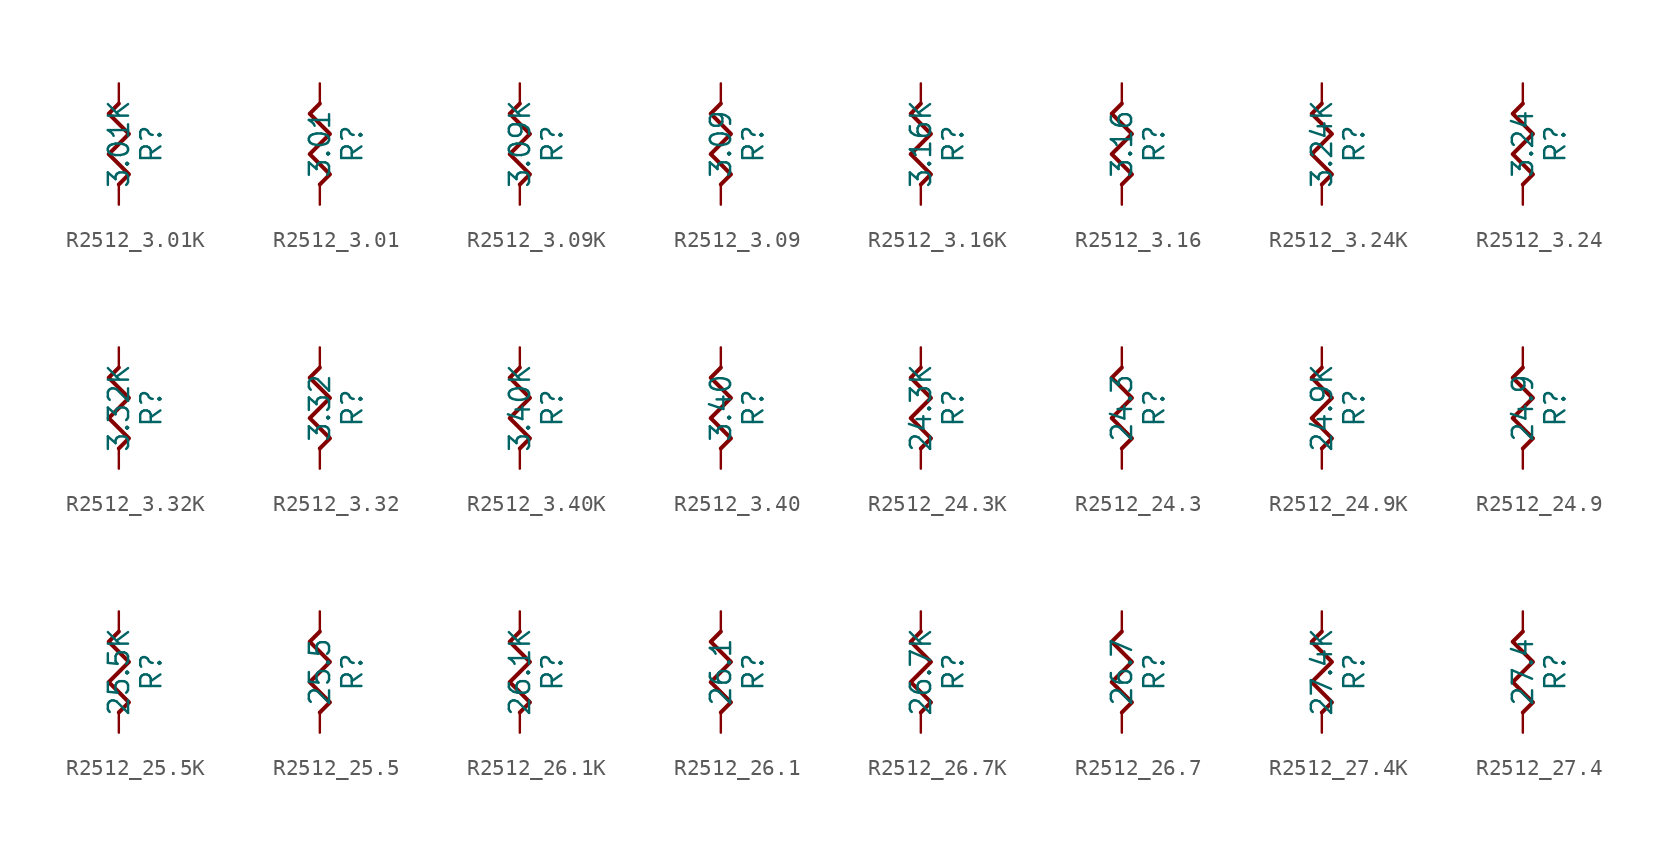
<source format=kicad_sym>
(kicad_symbol_lib
  (version 20211014)
  (generator atlantix-eda)
  (symbol "R2512_3.01K"
    (pin_numbers hide)
    (pin_names
      (offset 0))
    (property "Reference" "R"
      (at 2.032 0 90)
      (effects (font (size 1.27 1.27))))
    (property "Value" "3.01K"
      (at 0 0 90)
      (effects (font (size 1.27 1.27))))
    (symbol "R2512_3.01K_0_1"
      (polyline (pts (xy 0 -2.54) (xy 0.635 -1.905) (xy -0.635 -0.635) (xy 0.635 0.635) (xy -0.635 1.905) (xy 0 2.54)) (stroke (width 0.254) (type default) (color 0 0 0 0)) (fill (type none))))
    (symbol "R2512_3.01K_1_1"
      (pin passive line (at 0 3.81 270) (length 1.27) (name "~" (effects (font (size 1.27 1.27)))) (number "1" (effects (font (size 1.27 1.27)))))
      (pin passive line (at 0 -3.81 90) (length 1.27) (name "~" (effects (font (size 1.27 1.27)))) (number "2" (effects (font (size 1.27 1.27)))))))
  (symbol "R2512_3.01"
    (pin_numbers hide)
    (pin_names
      (offset 0))
    (property "Reference" "R"
      (at 2.032 0 90)
      (effects (font (size 1.27 1.27))))
    (property "Value" "3.01"
      (at 0 0 90)
      (effects (font (size 1.27 1.27))))
    (symbol "R2512_3.01_0_1"
      (polyline (pts (xy 0 -2.54) (xy 0.635 -1.905) (xy -0.635 -0.635) (xy 0.635 0.635) (xy -0.635 1.905) (xy 0 2.54)) (stroke (width 0.254) (type default) (color 0 0 0 0)) (fill (type none))))
    (symbol "R2512_3.01_1_1"
      (pin passive line (at 0 3.81 270) (length 1.27) (name "~" (effects (font (size 1.27 1.27)))) (number "1" (effects (font (size 1.27 1.27)))))
      (pin passive line (at 0 -3.81 90) (length 1.27) (name "~" (effects (font (size 1.27 1.27)))) (number "2" (effects (font (size 1.27 1.27)))))))
  (symbol "R2512_3.09K"
    (pin_numbers hide)
    (pin_names
      (offset 0))
    (property "Reference" "R"
      (at 2.032 0 90)
      (effects (font (size 1.27 1.27))))
    (property "Value" "3.09K"
      (at 0 0 90)
      (effects (font (size 1.27 1.27))))
    (symbol "R2512_3.09K_0_1"
      (polyline (pts (xy 0 -2.54) (xy 0.635 -1.905) (xy -0.635 -0.635) (xy 0.635 0.635) (xy -0.635 1.905) (xy 0 2.54)) (stroke (width 0.254) (type default) (color 0 0 0 0)) (fill (type none))))
    (symbol "R2512_3.09K_1_1"
      (pin passive line (at 0 3.81 270) (length 1.27) (name "~" (effects (font (size 1.27 1.27)))) (number "1" (effects (font (size 1.27 1.27)))))
      (pin passive line (at 0 -3.81 90) (length 1.27) (name "~" (effects (font (size 1.27 1.27)))) (number "2" (effects (font (size 1.27 1.27)))))))
  (symbol "R2512_3.09"
    (pin_numbers hide)
    (pin_names
      (offset 0))
    (property "Reference" "R"
      (at 2.032 0 90)
      (effects (font (size 1.27 1.27))))
    (property "Value" "3.09"
      (at 0 0 90)
      (effects (font (size 1.27 1.27))))
    (symbol "R2512_3.09_0_1"
      (polyline (pts (xy 0 -2.54) (xy 0.635 -1.905) (xy -0.635 -0.635) (xy 0.635 0.635) (xy -0.635 1.905) (xy 0 2.54)) (stroke (width 0.254) (type default) (color 0 0 0 0)) (fill (type none))))
    (symbol "R2512_3.09_1_1"
      (pin passive line (at 0 3.81 270) (length 1.27) (name "~" (effects (font (size 1.27 1.27)))) (number "1" (effects (font (size 1.27 1.27)))))
      (pin passive line (at 0 -3.81 90) (length 1.27) (name "~" (effects (font (size 1.27 1.27)))) (number "2" (effects (font (size 1.27 1.27)))))))
  (symbol "R2512_3.16K"
    (pin_numbers hide)
    (pin_names
      (offset 0))
    (property "Reference" "R"
      (at 2.032 0 90)
      (effects (font (size 1.27 1.27))))
    (property "Value" "3.16K"
      (at 0 0 90)
      (effects (font (size 1.27 1.27))))
    (symbol "R2512_3.16K_0_1"
      (polyline (pts (xy 0 -2.54) (xy 0.635 -1.905) (xy -0.635 -0.635) (xy 0.635 0.635) (xy -0.635 1.905) (xy 0 2.54)) (stroke (width 0.254) (type default) (color 0 0 0 0)) (fill (type none))))
    (symbol "R2512_3.16K_1_1"
      (pin passive line (at 0 3.81 270) (length 1.27) (name "~" (effects (font (size 1.27 1.27)))) (number "1" (effects (font (size 1.27 1.27)))))
      (pin passive line (at 0 -3.81 90) (length 1.27) (name "~" (effects (font (size 1.27 1.27)))) (number "2" (effects (font (size 1.27 1.27)))))))
  (symbol "R2512_3.16"
    (pin_numbers hide)
    (pin_names
      (offset 0))
    (property "Reference" "R"
      (at 2.032 0 90)
      (effects (font (size 1.27 1.27))))
    (property "Value" "3.16"
      (at 0 0 90)
      (effects (font (size 1.27 1.27))))
    (symbol "R2512_3.16_0_1"
      (polyline (pts (xy 0 -2.54) (xy 0.635 -1.905) (xy -0.635 -0.635) (xy 0.635 0.635) (xy -0.635 1.905) (xy 0 2.54)) (stroke (width 0.254) (type default) (color 0 0 0 0)) (fill (type none))))
    (symbol "R2512_3.16_1_1"
      (pin passive line (at 0 3.81 270) (length 1.27) (name "~" (effects (font (size 1.27 1.27)))) (number "1" (effects (font (size 1.27 1.27)))))
      (pin passive line (at 0 -3.81 90) (length 1.27) (name "~" (effects (font (size 1.27 1.27)))) (number "2" (effects (font (size 1.27 1.27)))))))
  (symbol "R2512_3.24K"
    (pin_numbers hide)
    (pin_names
      (offset 0))
    (property "Reference" "R"
      (at 2.032 0 90)
      (effects (font (size 1.27 1.27))))
    (property "Value" "3.24K"
      (at 0 0 90)
      (effects (font (size 1.27 1.27))))
    (symbol "R2512_3.24K_0_1"
      (polyline (pts (xy 0 -2.54) (xy 0.635 -1.905) (xy -0.635 -0.635) (xy 0.635 0.635) (xy -0.635 1.905) (xy 0 2.54)) (stroke (width 0.254) (type default) (color 0 0 0 0)) (fill (type none))))
    (symbol "R2512_3.24K_1_1"
      (pin passive line (at 0 3.81 270) (length 1.27) (name "~" (effects (font (size 1.27 1.27)))) (number "1" (effects (font (size 1.27 1.27)))))
      (pin passive line (at 0 -3.81 90) (length 1.27) (name "~" (effects (font (size 1.27 1.27)))) (number "2" (effects (font (size 1.27 1.27)))))))
  (symbol "R2512_3.24"
    (pin_numbers hide)
    (pin_names
      (offset 0))
    (property "Reference" "R"
      (at 2.032 0 90)
      (effects (font (size 1.27 1.27))))
    (property "Value" "3.24"
      (at 0 0 90)
      (effects (font (size 1.27 1.27))))
    (symbol "R2512_3.24_0_1"
      (polyline (pts (xy 0 -2.54) (xy 0.635 -1.905) (xy -0.635 -0.635) (xy 0.635 0.635) (xy -0.635 1.905) (xy 0 2.54)) (stroke (width 0.254) (type default) (color 0 0 0 0)) (fill (type none))))
    (symbol "R2512_3.24_1_1"
      (pin passive line (at 0 3.81 270) (length 1.27) (name "~" (effects (font (size 1.27 1.27)))) (number "1" (effects (font (size 1.27 1.27)))))
      (pin passive line (at 0 -3.81 90) (length 1.27) (name "~" (effects (font (size 1.27 1.27)))) (number "2" (effects (font (size 1.27 1.27)))))))
  (symbol "R2512_3.32K"
    (pin_numbers hide)
    (pin_names
      (offset 0))
    (property "Reference" "R"
      (at 2.032 0 90)
      (effects (font (size 1.27 1.27))))
    (property "Value" "3.32K"
      (at 0 0 90)
      (effects (font (size 1.27 1.27))))
    (symbol "R2512_3.32K_0_1"
      (polyline (pts (xy 0 -2.54) (xy 0.635 -1.905) (xy -0.635 -0.635) (xy 0.635 0.635) (xy -0.635 1.905) (xy 0 2.54)) (stroke (width 0.254) (type default) (color 0 0 0 0)) (fill (type none))))
    (symbol "R2512_3.32K_1_1"
      (pin passive line (at 0 3.81 270) (length 1.27) (name "~" (effects (font (size 1.27 1.27)))) (number "1" (effects (font (size 1.27 1.27)))))
      (pin passive line (at 0 -3.81 90) (length 1.27) (name "~" (effects (font (size 1.27 1.27)))) (number "2" (effects (font (size 1.27 1.27)))))))
  (symbol "R2512_3.32"
    (pin_numbers hide)
    (pin_names
      (offset 0))
    (property "Reference" "R"
      (at 2.032 0 90)
      (effects (font (size 1.27 1.27))))
    (property "Value" "3.32"
      (at 0 0 90)
      (effects (font (size 1.27 1.27))))
    (symbol "R2512_3.32_0_1"
      (polyline (pts (xy 0 -2.54) (xy 0.635 -1.905) (xy -0.635 -0.635) (xy 0.635 0.635) (xy -0.635 1.905) (xy 0 2.54)) (stroke (width 0.254) (type default) (color 0 0 0 0)) (fill (type none))))
    (symbol "R2512_3.32_1_1"
      (pin passive line (at 0 3.81 270) (length 1.27) (name "~" (effects (font (size 1.27 1.27)))) (number "1" (effects (font (size 1.27 1.27)))))
      (pin passive line (at 0 -3.81 90) (length 1.27) (name "~" (effects (font (size 1.27 1.27)))) (number "2" (effects (font (size 1.27 1.27)))))))
  (symbol "R2512_3.40K"
    (pin_numbers hide)
    (pin_names
      (offset 0))
    (property "Reference" "R"
      (at 2.032 0 90)
      (effects (font (size 1.27 1.27))))
    (property "Value" "3.40K"
      (at 0 0 90)
      (effects (font (size 1.27 1.27))))
    (symbol "R2512_3.40K_0_1"
      (polyline (pts (xy 0 -2.54) (xy 0.635 -1.905) (xy -0.635 -0.635) (xy 0.635 0.635) (xy -0.635 1.905) (xy 0 2.54)) (stroke (width 0.254) (type default) (color 0 0 0 0)) (fill (type none))))
    (symbol "R2512_3.40K_1_1"
      (pin passive line (at 0 3.81 270) (length 1.27) (name "~" (effects (font (size 1.27 1.27)))) (number "1" (effects (font (size 1.27 1.27)))))
      (pin passive line (at 0 -3.81 90) (length 1.27) (name "~" (effects (font (size 1.27 1.27)))) (number "2" (effects (font (size 1.27 1.27)))))))
  (symbol "R2512_3.40"
    (pin_numbers hide)
    (pin_names
      (offset 0))
    (property "Reference" "R"
      (at 2.032 0 90)
      (effects (font (size 1.27 1.27))))
    (property "Value" "3.40"
      (at 0 0 90)
      (effects (font (size 1.27 1.27))))
    (symbol "R2512_3.40_0_1"
      (polyline (pts (xy 0 -2.54) (xy 0.635 -1.905) (xy -0.635 -0.635) (xy 0.635 0.635) (xy -0.635 1.905) (xy 0 2.54)) (stroke (width 0.254) (type default) (color 0 0 0 0)) (fill (type none))))
    (symbol "R2512_3.40_1_1"
      (pin passive line (at 0 3.81 270) (length 1.27) (name "~" (effects (font (size 1.27 1.27)))) (number "1" (effects (font (size 1.27 1.27)))))
      (pin passive line (at 0 -3.81 90) (length 1.27) (name "~" (effects (font (size 1.27 1.27)))) (number "2" (effects (font (size 1.27 1.27)))))))
  (symbol "R2512_24.3K"
    (pin_numbers hide)
    (pin_names
      (offset 0))
    (property "Reference" "R"
      (at 2.032 0 90)
      (effects (font (size 1.27 1.27))))
    (property "Value" "24.3K"
      (at 0 0 90)
      (effects (font (size 1.27 1.27))))
    (symbol "R2512_24.3K_0_1"
      (polyline (pts (xy 0 -2.54) (xy 0.635 -1.905) (xy -0.635 -0.635) (xy 0.635 0.635) (xy -0.635 1.905) (xy 0 2.54)) (stroke (width 0.254) (type default) (color 0 0 0 0)) (fill (type none))))
    (symbol "R2512_24.3K_1_1"
      (pin passive line (at 0 3.81 270) (length 1.27) (name "~" (effects (font (size 1.27 1.27)))) (number "1" (effects (font (size 1.27 1.27)))))
      (pin passive line (at 0 -3.81 90) (length 1.27) (name "~" (effects (font (size 1.27 1.27)))) (number "2" (effects (font (size 1.27 1.27)))))))
  (symbol "R2512_24.3"
    (pin_numbers hide)
    (pin_names
      (offset 0))
    (property "Reference" "R"
      (at 2.032 0 90)
      (effects (font (size 1.27 1.27))))
    (property "Value" "24.3"
      (at 0 0 90)
      (effects (font (size 1.27 1.27))))
    (symbol "R2512_24.3_0_1"
      (polyline (pts (xy 0 -2.54) (xy 0.635 -1.905) (xy -0.635 -0.635) (xy 0.635 0.635) (xy -0.635 1.905) (xy 0 2.54)) (stroke (width 0.254) (type default) (color 0 0 0 0)) (fill (type none))))
    (symbol "R2512_24.3_1_1"
      (pin passive line (at 0 3.81 270) (length 1.27) (name "~" (effects (font (size 1.27 1.27)))) (number "1" (effects (font (size 1.27 1.27)))))
      (pin passive line (at 0 -3.81 90) (length 1.27) (name "~" (effects (font (size 1.27 1.27)))) (number "2" (effects (font (size 1.27 1.27)))))))
  (symbol "R2512_24.9K"
    (pin_numbers hide)
    (pin_names
      (offset 0))
    (property "Reference" "R"
      (at 2.032 0 90)
      (effects (font (size 1.27 1.27))))
    (property "Value" "24.9K"
      (at 0 0 90)
      (effects (font (size 1.27 1.27))))
    (symbol "R2512_24.9K_0_1"
      (polyline (pts (xy 0 -2.54) (xy 0.635 -1.905) (xy -0.635 -0.635) (xy 0.635 0.635) (xy -0.635 1.905) (xy 0 2.54)) (stroke (width 0.254) (type default) (color 0 0 0 0)) (fill (type none))))
    (symbol "R2512_24.9K_1_1"
      (pin passive line (at 0 3.81 270) (length 1.27) (name "~" (effects (font (size 1.27 1.27)))) (number "1" (effects (font (size 1.27 1.27)))))
      (pin passive line (at 0 -3.81 90) (length 1.27) (name "~" (effects (font (size 1.27 1.27)))) (number "2" (effects (font (size 1.27 1.27)))))))
  (symbol "R2512_24.9"
    (pin_numbers hide)
    (pin_names
      (offset 0))
    (property "Reference" "R"
      (at 2.032 0 90)
      (effects (font (size 1.27 1.27))))
    (property "Value" "24.9"
      (at 0 0 90)
      (effects (font (size 1.27 1.27))))
    (symbol "R2512_24.9_0_1"
      (polyline (pts (xy 0 -2.54) (xy 0.635 -1.905) (xy -0.635 -0.635) (xy 0.635 0.635) (xy -0.635 1.905) (xy 0 2.54)) (stroke (width 0.254) (type default) (color 0 0 0 0)) (fill (type none))))
    (symbol "R2512_24.9_1_1"
      (pin passive line (at 0 3.81 270) (length 1.27) (name "~" (effects (font (size 1.27 1.27)))) (number "1" (effects (font (size 1.27 1.27)))))
      (pin passive line (at 0 -3.81 90) (length 1.27) (name "~" (effects (font (size 1.27 1.27)))) (number "2" (effects (font (size 1.27 1.27)))))))
  (symbol "R2512_25.5K"
    (pin_numbers hide)
    (pin_names
      (offset 0))
    (property "Reference" "R"
      (at 2.032 0 90)
      (effects (font (size 1.27 1.27))))
    (property "Value" "25.5K"
      (at 0 0 90)
      (effects (font (size 1.27 1.27))))
    (symbol "R2512_25.5K_0_1"
      (polyline (pts (xy 0 -2.54) (xy 0.635 -1.905) (xy -0.635 -0.635) (xy 0.635 0.635) (xy -0.635 1.905) (xy 0 2.54)) (stroke (width 0.254) (type default) (color 0 0 0 0)) (fill (type none))))
    (symbol "R2512_25.5K_1_1"
      (pin passive line (at 0 3.81 270) (length 1.27) (name "~" (effects (font (size 1.27 1.27)))) (number "1" (effects (font (size 1.27 1.27)))))
      (pin passive line (at 0 -3.81 90) (length 1.27) (name "~" (effects (font (size 1.27 1.27)))) (number "2" (effects (font (size 1.27 1.27)))))))
  (symbol "R2512_25.5"
    (pin_numbers hide)
    (pin_names
      (offset 0))
    (property "Reference" "R"
      (at 2.032 0 90)
      (effects (font (size 1.27 1.27))))
    (property "Value" "25.5"
      (at 0 0 90)
      (effects (font (size 1.27 1.27))))
    (symbol "R2512_25.5_0_1"
      (polyline (pts (xy 0 -2.54) (xy 0.635 -1.905) (xy -0.635 -0.635) (xy 0.635 0.635) (xy -0.635 1.905) (xy 0 2.54)) (stroke (width 0.254) (type default) (color 0 0 0 0)) (fill (type none))))
    (symbol "R2512_25.5_1_1"
      (pin passive line (at 0 3.81 270) (length 1.27) (name "~" (effects (font (size 1.27 1.27)))) (number "1" (effects (font (size 1.27 1.27)))))
      (pin passive line (at 0 -3.81 90) (length 1.27) (name "~" (effects (font (size 1.27 1.27)))) (number "2" (effects (font (size 1.27 1.27)))))))
  (symbol "R2512_26.1K"
    (pin_numbers hide)
    (pin_names
      (offset 0))
    (property "Reference" "R"
      (at 2.032 0 90)
      (effects (font (size 1.27 1.27))))
    (property "Value" "26.1K"
      (at 0 0 90)
      (effects (font (size 1.27 1.27))))
    (symbol "R2512_26.1K_0_1"
      (polyline (pts (xy 0 -2.54) (xy 0.635 -1.905) (xy -0.635 -0.635) (xy 0.635 0.635) (xy -0.635 1.905) (xy 0 2.54)) (stroke (width 0.254) (type default) (color 0 0 0 0)) (fill (type none))))
    (symbol "R2512_26.1K_1_1"
      (pin passive line (at 0 3.81 270) (length 1.27) (name "~" (effects (font (size 1.27 1.27)))) (number "1" (effects (font (size 1.27 1.27)))))
      (pin passive line (at 0 -3.81 90) (length 1.27) (name "~" (effects (font (size 1.27 1.27)))) (number "2" (effects (font (size 1.27 1.27)))))))
  (symbol "R2512_26.1"
    (pin_numbers hide)
    (pin_names
      (offset 0))
    (property "Reference" "R"
      (at 2.032 0 90)
      (effects (font (size 1.27 1.27))))
    (property "Value" "26.1"
      (at 0 0 90)
      (effects (font (size 1.27 1.27))))
    (symbol "R2512_26.1_0_1"
      (polyline (pts (xy 0 -2.54) (xy 0.635 -1.905) (xy -0.635 -0.635) (xy 0.635 0.635) (xy -0.635 1.905) (xy 0 2.54)) (stroke (width 0.254) (type default) (color 0 0 0 0)) (fill (type none))))
    (symbol "R2512_26.1_1_1"
      (pin passive line (at 0 3.81 270) (length 1.27) (name "~" (effects (font (size 1.27 1.27)))) (number "1" (effects (font (size 1.27 1.27)))))
      (pin passive line (at 0 -3.81 90) (length 1.27) (name "~" (effects (font (size 1.27 1.27)))) (number "2" (effects (font (size 1.27 1.27)))))))
  (symbol "R2512_26.7K"
    (pin_numbers hide)
    (pin_names
      (offset 0))
    (property "Reference" "R"
      (at 2.032 0 90)
      (effects (font (size 1.27 1.27))))
    (property "Value" "26.7K"
      (at 0 0 90)
      (effects (font (size 1.27 1.27))))
    (symbol "R2512_26.7K_0_1"
      (polyline (pts (xy 0 -2.54) (xy 0.635 -1.905) (xy -0.635 -0.635) (xy 0.635 0.635) (xy -0.635 1.905) (xy 0 2.54)) (stroke (width 0.254) (type default) (color 0 0 0 0)) (fill (type none))))
    (symbol "R2512_26.7K_1_1"
      (pin passive line (at 0 3.81 270) (length 1.27) (name "~" (effects (font (size 1.27 1.27)))) (number "1" (effects (font (size 1.27 1.27)))))
      (pin passive line (at 0 -3.81 90) (length 1.27) (name "~" (effects (font (size 1.27 1.27)))) (number "2" (effects (font (size 1.27 1.27)))))))
  (symbol "R2512_26.7"
    (pin_numbers hide)
    (pin_names
      (offset 0))
    (property "Reference" "R"
      (at 2.032 0 90)
      (effects (font (size 1.27 1.27))))
    (property "Value" "26.7"
      (at 0 0 90)
      (effects (font (size 1.27 1.27))))
    (symbol "R2512_26.7_0_1"
      (polyline (pts (xy 0 -2.54) (xy 0.635 -1.905) (xy -0.635 -0.635) (xy 0.635 0.635) (xy -0.635 1.905) (xy 0 2.54)) (stroke (width 0.254) (type default) (color 0 0 0 0)) (fill (type none))))
    (symbol "R2512_26.7_1_1"
      (pin passive line (at 0 3.81 270) (length 1.27) (name "~" (effects (font (size 1.27 1.27)))) (number "1" (effects (font (size 1.27 1.27)))))
      (pin passive line (at 0 -3.81 90) (length 1.27) (name "~" (effects (font (size 1.27 1.27)))) (number "2" (effects (font (size 1.27 1.27)))))))
  (symbol "R2512_27.4K"
    (pin_numbers hide)
    (pin_names
      (offset 0))
    (property "Reference" "R"
      (at 2.032 0 90)
      (effects (font (size 1.27 1.27))))
    (property "Value" "27.4K"
      (at 0 0 90)
      (effects (font (size 1.27 1.27))))
    (symbol "R2512_27.4K_0_1"
      (polyline (pts (xy 0 -2.54) (xy 0.635 -1.905) (xy -0.635 -0.635) (xy 0.635 0.635) (xy -0.635 1.905) (xy 0 2.54)) (stroke (width 0.254) (type default) (color 0 0 0 0)) (fill (type none))))
    (symbol "R2512_27.4K_1_1"
      (pin passive line (at 0 3.81 270) (length 1.27) (name "~" (effects (font (size 1.27 1.27)))) (number "1" (effects (font (size 1.27 1.27)))))
      (pin passive line (at 0 -3.81 90) (length 1.27) (name "~" (effects (font (size 1.27 1.27)))) (number "2" (effects (font (size 1.27 1.27)))))))
  (symbol "R2512_27.4"
    (pin_numbers hide)
    (pin_names
      (offset 0))
    (property "Reference" "R"
      (at 2.032 0 90)
      (effects (font (size 1.27 1.27))))
    (property "Value" "27.4"
      (at 0 0 90)
      (effects (font (size 1.27 1.27))))
    (symbol "R2512_27.4_0_1"
      (polyline (pts (xy 0 -2.54) (xy 0.635 -1.905) (xy -0.635 -0.635) (xy 0.635 0.635) (xy -0.635 1.905) (xy 0 2.54)) (stroke (width 0.254) (type default) (color 0 0 0 0)) (fill (type none))))
    (symbol "R2512_27.4_1_1"
      (pin passive line (at 0 3.81 270) (length 1.27) (name "~" (effects (font (size 1.27 1.27)))) (number "1" (effects (font (size 1.27 1.27)))))
      (pin passive line (at 0 -3.81 90) (length 1.27) (name "~" (effects (font (size 1.27 1.27)))) (number "2" (effects (font (size 1.27 1.27))))))))
</source>
